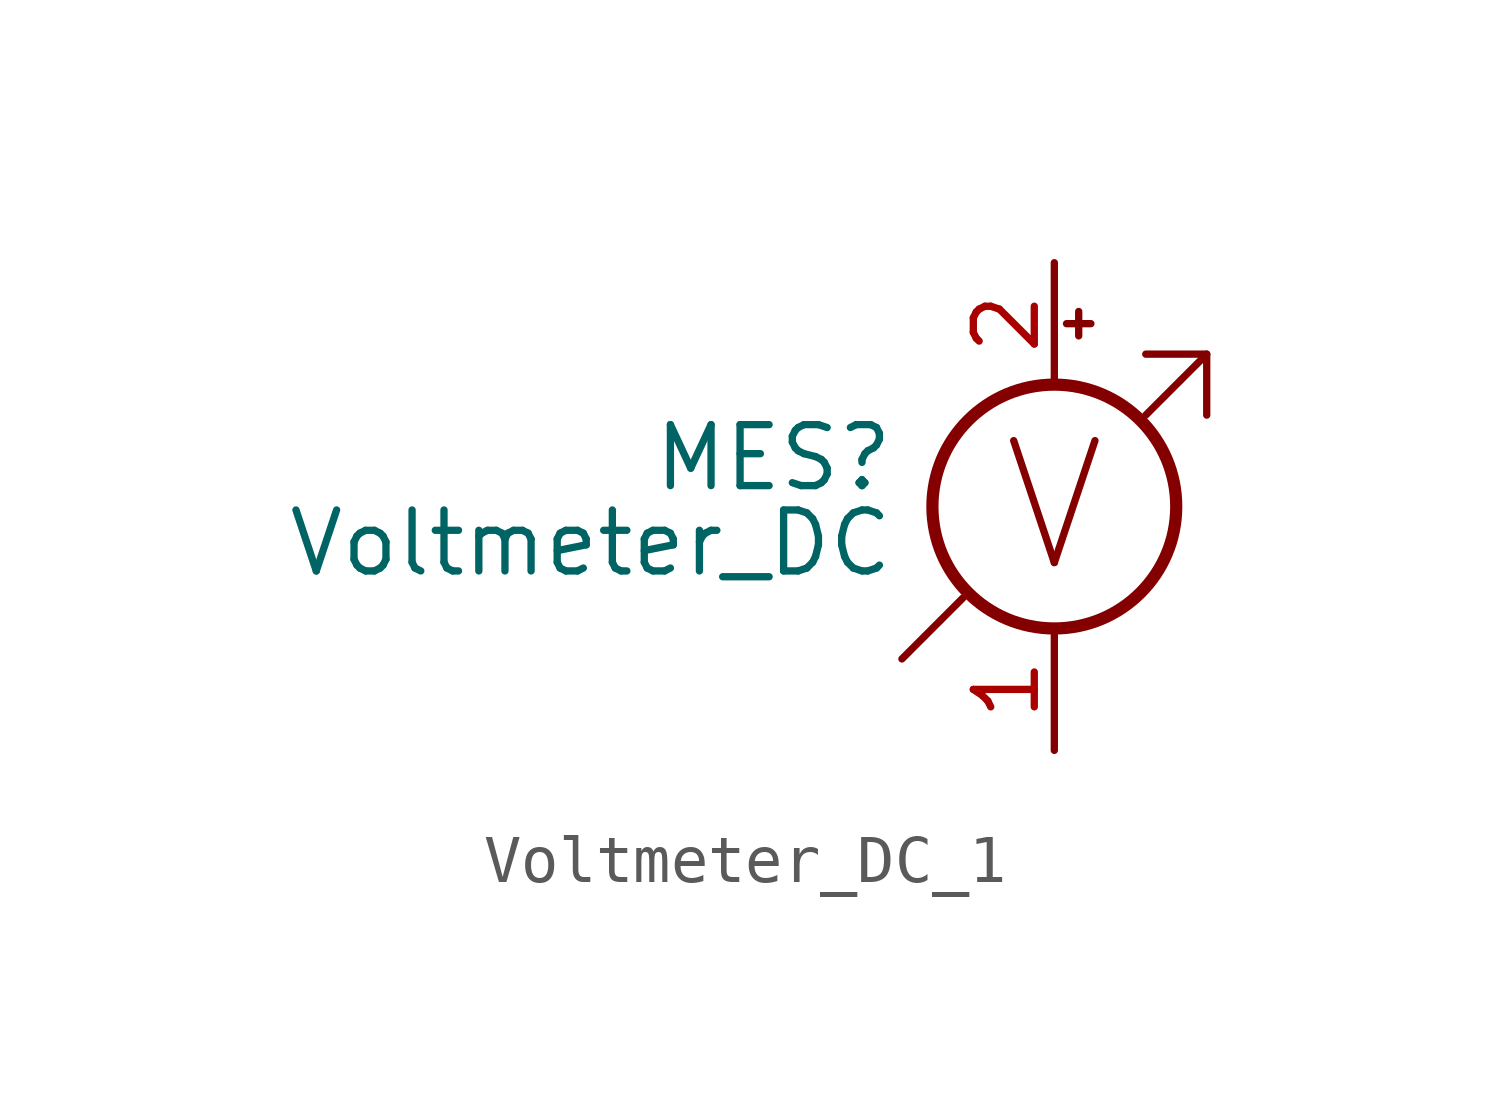
<source format=kicad_sym>
(kicad_symbol_lib
  (version 20231120)
  (generator "kicad_symbol_editor")
  (generator_version "8.0")
  (symbol "Voltmeter_DC_1"
    (pin_names
      (offset 0.025) hide)
    (property "Reference" "MES"
      (at -3.302 1.016 0)
      (effects (font (size 1.27 1.27)) (justify right)))
    (property "Value" "Voltmeter_DC"
      (at -3.302 -0.762 0)
      (effects (font (size 1.27 1.27)) (justify right)))
    (symbol "Voltmeter_DC_1_0_0"
      (polyline (pts (xy -3.175 -3.175) (xy -1.905 -1.905)) (stroke (width 0) (type default)) (fill (type none)))
      (polyline (pts (xy 1.905 1.905) (xy 3.175 3.175)) (stroke (width 0) (type default)) (fill (type none)))
      (polyline (pts (xy 1.905 3.175) (xy 3.175 3.175) (xy 3.175 1.905)) (stroke (width 0) (type default)) (fill (type none)))
      (text "V" (at 0 0 0) (effects (font (size 2.54 2.54)))))
    (symbol "Voltmeter_DC_1_0_1"
      (polyline (pts (xy 0.254 3.81) (xy 0.762 3.81)) (stroke (width 0) (type default)) (fill (type none)))
      (polyline (pts (xy 0.508 4.064) (xy 0.508 3.556)) (stroke (width 0) (type default)) (fill (type none)))
      (circle (center 0 0) (radius 2.54) (stroke (width 0.254) (type default)) (fill (type none))))
    (symbol "Voltmeter_DC_1_1_1"
      (pin passive line (at 0 -5.08 90) (length 2.54) (name "-" (effects (font (size 1.27 1.27)))) (number "1" (effects (font (size 1.27 1.27)))))
      (pin passive line (at 0 5.08 270) (length 2.54) (name "+" (effects (font (size 1.27 1.27)))) (number "2" (effects (font (size 1.27 1.27))))))))
</source>
